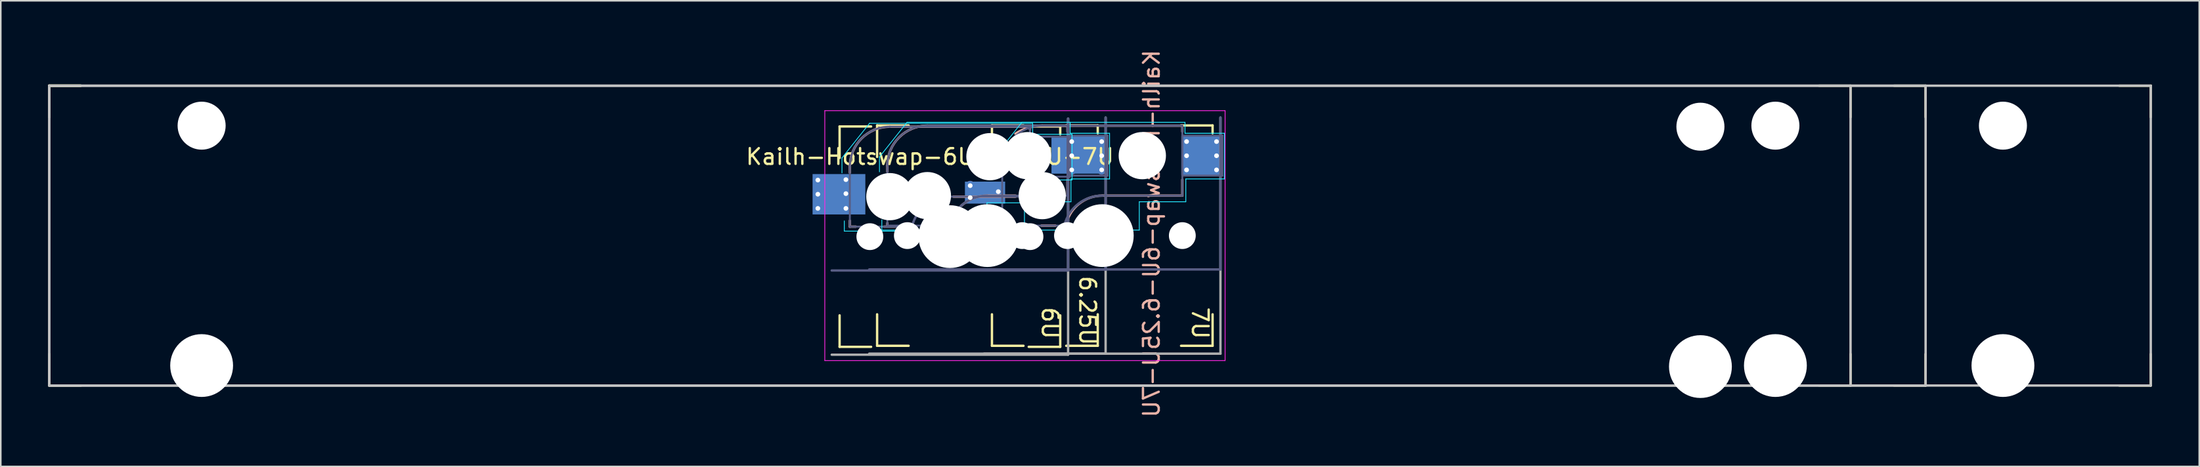
<source format=kicad_pcb>
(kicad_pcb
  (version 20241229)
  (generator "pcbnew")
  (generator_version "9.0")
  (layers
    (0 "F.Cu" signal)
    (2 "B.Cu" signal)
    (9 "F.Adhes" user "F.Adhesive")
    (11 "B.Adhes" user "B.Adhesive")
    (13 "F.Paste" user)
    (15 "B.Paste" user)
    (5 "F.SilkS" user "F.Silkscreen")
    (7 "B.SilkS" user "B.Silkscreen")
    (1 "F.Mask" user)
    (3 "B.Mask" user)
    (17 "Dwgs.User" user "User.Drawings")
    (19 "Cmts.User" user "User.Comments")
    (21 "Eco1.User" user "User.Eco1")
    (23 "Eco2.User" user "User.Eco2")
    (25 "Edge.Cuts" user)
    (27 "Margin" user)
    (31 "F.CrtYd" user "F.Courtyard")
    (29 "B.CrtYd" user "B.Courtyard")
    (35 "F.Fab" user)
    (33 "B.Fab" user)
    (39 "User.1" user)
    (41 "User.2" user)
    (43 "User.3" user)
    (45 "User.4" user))
  (footprint "Kailh-Hotswap-6U-6.25U-7U"
    (layer "F.Cu")
    (at 59.606 11.919)
    (property "Reference" "Kailh-Hotswap-6U-6.25U-7U" (at 10.414 -0.127 90) (unlocked yes) (layer "B.SilkS") (effects (font (size 1 1) (thickness 0.15)) (justify mirror)))
    (attr through_hole)
    (fp_line (start -59.531 -9.525) (end -57.531 -9.525) (stroke (width 0.15) (type solid)) (layer "F.SilkS"))
    (fp_line (start -59.531 -9.525) (end -57.531 -9.525) (stroke (width 0.15) (type solid)) (layer "F.SilkS"))
    (fp_line (start -59.531 -9.525) (end -57.531 -9.525) (stroke (width 0.15) (type solid)) (layer "F.SilkS"))
    (fp_line (start -59.531 -7.525) (end -59.531 -9.525) (stroke (width 0.15) (type solid)) (layer "F.SilkS"))
    (fp_line (start -59.531 -7.525) (end -59.531 -9.525) (stroke (width 0.15) (type solid)) (layer "F.SilkS"))
    (fp_line (start -59.531 -7.525) (end -59.531 -9.525) (stroke (width 0.15) (type solid)) (layer "F.SilkS"))
    (fp_line (start -59.531 9.525) (end -59.531 7.525) (stroke (width 0.15) (type solid)) (layer "F.SilkS"))
    (fp_line (start -59.531 9.525) (end -59.531 7.525) (stroke (width 0.15) (type solid)) (layer "F.SilkS"))
    (fp_line (start -59.531 9.525) (end -59.531 7.525) (stroke (width 0.15) (type solid)) (layer "F.SilkS"))
    (fp_line (start -57.531 9.525) (end -59.531 9.525) (stroke (width 0.15) (type solid)) (layer "F.SilkS"))
    (fp_line (start -57.531 9.525) (end -59.531 9.525) (stroke (width 0.15) (type solid)) (layer "F.SilkS"))
    (fp_line (start -57.531 9.525) (end -59.531 9.525) (stroke (width 0.15) (type solid)) (layer "F.SilkS"))
    (fp_line (start -9.38 -6.934) (end -7.38 -6.934) (stroke (width 0.15) (type solid)) (layer "F.SilkS"))
    (fp_line (start -9.38 -4.934) (end -9.38 -6.934) (stroke (width 0.15) (type solid)) (layer "F.SilkS"))
    (fp_line (start -9.38 7.066) (end -9.38 5.066) (stroke (width 0.15) (type solid)) (layer "F.SilkS"))
    (fp_line (start -7.38 7.066) (end -9.38 7.066) (stroke (width 0.15) (type solid)) (layer "F.SilkS"))
    (fp_line (start -7 -7) (end -5 -7) (stroke (width 0.15) (type solid)) (layer "F.SilkS"))
    (fp_line (start -7 -5) (end -7 -7) (stroke (width 0.15) (type solid)) (layer "F.SilkS"))
    (fp_line (start -7 7) (end -7 5) (stroke (width 0.15) (type solid)) (layer "F.SilkS"))
    (fp_line (start -5 7) (end -7 7) (stroke (width 0.15) (type solid)) (layer "F.SilkS"))
    (fp_line (start 0.287 -7) (end 2.288 -7) (stroke (width 0.15) (type solid)) (layer "F.SilkS"))
    (fp_line (start 0.287 -5) (end 0.287 -7) (stroke (width 0.15) (type solid)) (layer "F.SilkS"))
    (fp_line (start 0.287 7) (end 0.287 5) (stroke (width 0.15) (type solid)) (layer "F.SilkS"))
    (fp_line (start 2.288 7) (end 0.287 7) (stroke (width 0.15) (type solid)) (layer "F.SilkS"))
    (fp_line (start 2.62 -6.934) (end 4.62 -6.934) (stroke (width 0.15) (type solid)) (layer "F.SilkS"))
    (fp_line (start 2.62 7.066) (end 4.62 7.066) (stroke (width 0.15) (type solid)) (layer "F.SilkS"))
    (fp_line (start 4.62 -6.934) (end 4.62 -6.434) (stroke (width 0.15) (type solid)) (layer "F.SilkS"))
    (fp_line (start 4.62 7.066) (end 4.62 5.066) (stroke (width 0.15) (type solid)) (layer "F.SilkS"))
    (fp_line (start 5 -7) (end 7 -7) (stroke (width 0.15) (type solid)) (layer "F.SilkS"))
    (fp_line (start 5 7) (end 7 7) (stroke (width 0.15) (type solid)) (layer "F.SilkS"))
    (fp_line (start 7 -7) (end 7 -6.5) (stroke (width 0.15) (type solid)) (layer "F.SilkS"))
    (fp_line (start 7 7) (end 7 5) (stroke (width 0.15) (type solid)) (layer "F.SilkS"))
    (fp_line (start 12.287 -7) (end 14.287 -7) (stroke (width 0.15) (type solid)) (layer "F.SilkS"))
    (fp_line (start 12.287 7) (end 14.287 7) (stroke (width 0.15) (type solid)) (layer "F.SilkS"))
    (fp_line (start 14.287 -7) (end 14.287 -6.5) (stroke (width 0.15) (type solid)) (layer "F.SilkS"))
    (fp_line (start 14.287 7) (end 14.287 5) (stroke (width 0.15) (type solid)) (layer "F.SilkS"))
    (fp_line (start 52.769 -9.525) (end 54.769 -9.525) (stroke (width 0.15) (type solid)) (layer "F.SilkS"))
    (fp_line (start 54.769 -9.525) (end 54.769 -7.525) (stroke (width 0.15) (type solid)) (layer "F.SilkS"))
    (fp_line (start 54.769 7.525) (end 54.769 9.525) (stroke (width 0.15) (type solid)) (layer "F.SilkS"))
    (fp_line (start 54.769 9.525) (end 52.769 9.525) (stroke (width 0.15) (type solid)) (layer "F.SilkS"))
    (fp_line (start 57.531 -9.525) (end 59.531 -9.525) (stroke (width 0.15) (type solid)) (layer "F.SilkS"))
    (fp_line (start 59.531 -9.525) (end 59.531 -7.525) (stroke (width 0.15) (type solid)) (layer "F.SilkS"))
    (fp_line (start 59.531 7.525) (end 59.531 9.525) (stroke (width 0.15) (type solid)) (layer "F.SilkS"))
    (fp_line (start 59.531 9.525) (end 57.531 9.525) (stroke (width 0.15) (type solid)) (layer "F.SilkS"))
    (fp_line (start 71.819 -9.525) (end 73.819 -9.525) (stroke (width 0.15) (type solid)) (layer "F.SilkS"))
    (fp_line (start 73.819 -9.525) (end 73.819 -7.525) (stroke (width 0.15) (type solid)) (layer "F.SilkS"))
    (fp_line (start 73.819 7.525) (end 73.819 9.525) (stroke (width 0.15) (type solid)) (layer "F.SilkS"))
    (fp_line (start 73.819 9.525) (end 71.819 9.525) (stroke (width 0.15) (type solid)) (layer "F.SilkS"))
    (fp_line (start -8.73 -4.379) (end -8.73 -3.998) (stroke (width 0.15) (type solid)) (layer "B.SilkS"))
    (fp_line (start -8.73 -0.95) (end -8.73 -0.569) (stroke (width 0.15) (type solid)) (layer "B.SilkS"))
    (fp_line (start -8.73 -0.569) (end -8.349 -0.569) (stroke (width 0.15) (type solid)) (layer "B.SilkS"))
    (fp_line (start -6.571 -0.569) (end -5.842 -0.569) (stroke (width 0.15) (type solid)) (layer "B.SilkS"))
    (fp_line (start -6.35 -4.445) (end -6.35 -4.064) (stroke (width 0.15) (type solid)) (layer "B.SilkS"))
    (fp_line (start -6.35 -0.794) (end -6.35 -0.635) (stroke (width 0.15) (type solid)) (layer "B.SilkS"))
    (fp_line (start -2.159 -2.474) (end 1.778 -2.474) (stroke (width 0.15) (type solid)) (layer "B.SilkS"))
    (fp_line (start 0 -2.54) (end 1.778 -2.54) (stroke (width 0.15) (type solid)) (layer "B.SilkS"))
    (fp_line (start 0.938 -4.445) (end 0.938 -4.064) (stroke (width 0.15) (type solid)) (layer "B.SilkS"))
    (fp_line (start 0.938 -1.016) (end 0.938 -0.635) (stroke (width 0.15) (type solid)) (layer "B.SilkS"))
    (fp_line (start 0.938 -0.635) (end 1.319 -0.635) (stroke (width 0.15) (type solid)) (layer "B.SilkS"))
    (fp_line (start 2.7 -6.919) (end -6.19 -6.919) (stroke (width 0.15) (type solid)) (layer "B.SilkS"))
    (fp_line (start 2.7 -6.731) (end 2.7 -6.919) (stroke (width 0.15) (type solid)) (layer "B.SilkS"))
    (fp_line (start 2.7 -2.474) (end 2.7 -3.49) (stroke (width 0.15) (type solid)) (layer "B.SilkS"))
    (fp_line (start 3.429 -0.635) (end 4.318 -0.635) (stroke (width 0.15) (type solid)) (layer "B.SilkS"))
    (fp_line (start 5.08 -6.985) (end -3.81 -6.985) (stroke (width 0.15) (type solid)) (layer "B.SilkS"))
    (fp_line (start 5.08 -6.604) (end 5.08 -6.985) (stroke (width 0.15) (type solid)) (layer "B.SilkS"))
    (fp_line (start 5.08 -2.54) (end 5.08 -3.556) (stroke (width 0.15) (type solid)) (layer "B.SilkS"))
    (fp_line (start 7.287 -2.54) (end 12.367 -2.54) (stroke (width 0.15) (type solid)) (layer "B.SilkS"))
    (fp_line (start 12.367 -6.985) (end 3.478 -6.985) (stroke (width 0.15) (type solid)) (layer "B.SilkS"))
    (fp_line (start 12.367 -6.604) (end 12.367 -6.985) (stroke (width 0.15) (type solid)) (layer "B.SilkS"))
    (fp_line (start 12.367 -2.54) (end 12.367 -3.556) (stroke (width 0.15) (type solid)) (layer "B.SilkS"))
    (fp_arc (start -8.729685 -4.378861) (mid -7.985735 -6.174911) (end -6.189685 -6.918861) (stroke (width 0.15) (type solid)) (layer "B.SilkS"))
    (fp_arc (start -6.35 -4.445) (mid -5.606041 -6.241041) (end -3.81 -6.985) (stroke (width 0.15) (type solid)) (layer "B.SilkS"))
    (fp_arc (start -1.651 -1.905) (mid -0.883721 -2.376056) (end 0.001565 -2.54) (stroke (width 0.15) (type solid)) (layer "B.SilkS"))
    (fp_arc (start 1.778 -6.477) (mid 2.5906 -6.855286) (end 3.4775 -6.985) (stroke (width 0.15) (type solid)) (layer "B.SilkS"))
    (fp_arc (start 5.08 -1.016) (mid 5.946922 -2.12242) (end 7.289065 -2.54) (stroke (width 0.15) (type solid)) (layer "B.SilkS"))
    (fp_line (start -59.531 -9.525) (end -59.531 9.525) (stroke (width 0.12) (type solid)) (layer "Dwgs.User"))
    (fp_line (start -59.531 -9.525) (end 59.531 -9.525) (stroke (width 0.15) (type solid)) (layer "Dwgs.User"))
    (fp_line (start -59.531 -9.525) (end 73.819 -9.525) (stroke (width 0.15) (type solid)) (layer "Dwgs.User"))
    (fp_line (start -59.531 9.525) (end -59.531 -9.525) (stroke (width 0.12) (type solid)) (layer "Dwgs.User"))
    (fp_line (start -59.531 9.525) (end -59.531 -9.525) (stroke (width 0.15) (type solid)) (layer "Dwgs.User"))
    (fp_line (start -59.531 9.525) (end 54.769 9.525) (stroke (width 0.12) (type solid)) (layer "Dwgs.User"))
    (fp_line (start -59.531 9.525) (end 59.531 9.525) (stroke (width 0.15) (type solid)) (layer "Dwgs.User"))
    (fp_line (start 54.769 -9.525) (end -59.531 -9.525) (stroke (width 0.12) (type solid)) (layer "Dwgs.User"))
    (fp_line (start 54.769 9.525) (end 54.769 -9.525) (stroke (width 0.15) (type solid)) (layer "Dwgs.User"))
    (fp_line (start 59.531 -9.525) (end 59.531 9.525) (stroke (width 0.15) (type solid)) (layer "Dwgs.User"))
    (fp_line (start 73.819 -9.525) (end 73.819 9.525) (stroke (width 0.15) (type solid)) (layer "Dwgs.User"))
    (fp_line (start 73.819 9.525) (end -59.531 9.525) (stroke (width 0.15) (type solid)) (layer "Dwgs.User"))
    (fp_line (start -9.23 -3.984) (end -9.23 -4.934) (stroke (width 0.05) (type solid)) (layer "B.CrtYd"))
    (fp_line (start -9.08 -0.284) (end -9.08 -0.934) (stroke (width 0.05) (type solid)) (layer "B.CrtYd"))
    (fp_line (start -9.08 -0.284) (end -0.03 -0.284) (stroke (width 0.05) (type solid)) (layer "B.CrtYd"))
    (fp_line (start -7.48 -7.134) (end -9.23 -4.934) (stroke (width 0.05) (type solid)) (layer "B.CrtYd"))
    (fp_line (start -7.48 -7.134) (end 2.87 -7.134) (stroke (width 0.05) (type solid)) (layer "B.CrtYd"))
    (fp_line (start -6.85 -4.05) (end -6.85 -5) (stroke (width 0.05) (type solid)) (layer "B.CrtYd"))
    (fp_line (start -6.7 -0.35) (end -6.7 -1) (stroke (width 0.05) (type solid)) (layer "B.CrtYd"))
    (fp_line (start -6.7 -0.35) (end 2.35 -0.35) (stroke (width 0.05) (type solid)) (layer "B.CrtYd"))
    (fp_line (start -5.1 -7.2) (end -6.85 -5) (stroke (width 0.05) (type solid)) (layer "B.CrtYd"))
    (fp_line (start -5.1 -7.2) (end 5.25 -7.2) (stroke (width 0.05) (type solid)) (layer "B.CrtYd"))
    (fp_line (start -0.03 -2.084) (end -0.03 -0.284) (stroke (width 0.05) (type solid)) (layer "B.CrtYd"))
    (fp_line (start -0.03 -2.084) (end 2.92 -2.084) (stroke (width 0.05) (type solid)) (layer "B.CrtYd"))
    (fp_line (start 0.438 -4.05) (end 0.438 -5) (stroke (width 0.05) (type solid)) (layer "B.CrtYd"))
    (fp_line (start 0.588 -0.35) (end 0.588 -1) (stroke (width 0.05) (type solid)) (layer "B.CrtYd"))
    (fp_line (start 0.588 -0.35) (end 9.637 -0.35) (stroke (width 0.05) (type solid)) (layer "B.CrtYd"))
    (fp_line (start 2.188 -7.2) (end 0.438 -5) (stroke (width 0.05) (type solid)) (layer "B.CrtYd"))
    (fp_line (start 2.188 -7.2) (end 12.537 -7.2) (stroke (width 0.05) (type solid)) (layer "B.CrtYd"))
    (fp_line (start 2.35 -2.15) (end 2.35 -0.35) (stroke (width 0.05) (type solid)) (layer "B.CrtYd"))
    (fp_line (start 2.35 -2.15) (end 5.3 -2.15) (stroke (width 0.05) (type solid)) (layer "B.CrtYd"))
    (fp_line (start 2.87 -7.134) (end 2.87 -6.434) (stroke (width 0.05) (type solid)) (layer "B.CrtYd"))
    (fp_line (start 2.92 -2.084) (end 2.92 -3.534) (stroke (width 0.05) (type solid)) (layer "B.CrtYd"))
    (fp_line (start 5.25 -7.2) (end 5.25 -6.5) (stroke (width 0.05) (type solid)) (layer "B.CrtYd"))
    (fp_line (start 5.3 -2.15) (end 5.3 -3.6) (stroke (width 0.05) (type solid)) (layer "B.CrtYd"))
    (fp_line (start 5.37 -6.434) (end 2.87 -6.434) (stroke (width 0.05) (type solid)) (layer "B.CrtYd"))
    (fp_line (start 5.37 -6.434) (end 5.37 -3.534) (stroke (width 0.05) (type solid)) (layer "B.CrtYd"))
    (fp_line (start 5.37 -3.534) (end 2.92 -3.534) (stroke (width 0.05) (type solid)) (layer "B.CrtYd"))
    (fp_line (start 7.75 -6.5) (end 5.25 -6.5) (stroke (width 0.05) (type solid)) (layer "B.CrtYd"))
    (fp_line (start 7.75 -6.5) (end 7.75 -3.6) (stroke (width 0.05) (type solid)) (layer "B.CrtYd"))
    (fp_line (start 7.75 -3.6) (end 5.3 -3.6) (stroke (width 0.05) (type solid)) (layer "B.CrtYd"))
    (fp_line (start 9.637 -2.15) (end 9.637 -0.35) (stroke (width 0.05) (type solid)) (layer "B.CrtYd"))
    (fp_line (start 9.637 -2.15) (end 12.588 -2.15) (stroke (width 0.05) (type solid)) (layer "B.CrtYd"))
    (fp_line (start 12.537 -7.2) (end 12.537 -6.5) (stroke (width 0.05) (type solid)) (layer "B.CrtYd"))
    (fp_line (start 12.588 -2.15) (end 12.588 -3.6) (stroke (width 0.05) (type solid)) (layer "B.CrtYd"))
    (fp_line (start 15.037 -6.5) (end 12.537 -6.5) (stroke (width 0.05) (type solid)) (layer "B.CrtYd"))
    (fp_line (start 15.037 -6.5) (end 15.037 -3.6) (stroke (width 0.05) (type solid)) (layer "B.CrtYd"))
    (fp_line (start 15.037 -3.6) (end 12.588 -3.6) (stroke (width 0.05) (type solid)) (layer "B.CrtYd"))
    (fp_line (start -10.319 -7.938) (end 15.081 -7.938) (stroke (width 0.05) (type solid)) (layer "F.CrtYd"))
    (fp_line (start -10.319 7.938) (end -10.319 -7.938) (stroke (width 0.05) (type solid)) (layer "F.CrtYd"))
    (fp_line (start -10.319 7.938) (end 15.081 7.938) (stroke (width 0.05) (type solid)) (layer "F.CrtYd"))
    (fp_line (start 15.081 -7.938) (end 15.081 7.938) (stroke (width 0.05) (type solid)) (layer "F.CrtYd"))
    (fp_line (start -9.88 2.216) (end 5.12 2.216) (stroke (width 0.15) (type solid)) (layer "B.Fab"))
    (fp_line (start -8.73 -0.569) (end -8.73 -4.379) (stroke (width 0.12) (type solid)) (layer "B.Fab"))
    (fp_line (start -7.5 2.15) (end 7.5 2.15) (stroke (width 0.15) (type solid)) (layer "B.Fab"))
    (fp_line (start -6.35 -0.635) (end -6.35 -4.445) (stroke (width 0.12) (type solid)) (layer "B.Fab"))
    (fp_line (start -6.19 -6.919) (end 2.7 -6.919) (stroke (width 0.12) (type solid)) (layer "B.Fab"))
    (fp_line (start -4.92 -0.569) (end -8.73 -0.569) (stroke (width 0.12) (type solid)) (layer "B.Fab"))
    (fp_line (start -3.81 -6.985) (end 5.08 -6.985) (stroke (width 0.12) (type solid)) (layer "B.Fab"))
    (fp_line (start -2.54 -0.635) (end -6.35 -0.635) (stroke (width 0.12) (type solid)) (layer "B.Fab"))
    (fp_line (start -0.212 2.15) (end 14.787 2.15) (stroke (width 0.15) (type solid)) (layer "B.Fab"))
    (fp_line (start 0.938 -0.635) (end 0.938 -4.445) (stroke (width 0.12) (type solid)) (layer "B.Fab"))
    (fp_line (start 2.7 -6.919) (end 2.7 -2.474) (stroke (width 0.12) (type solid)) (layer "B.Fab"))
    (fp_line (start 2.7 -6.284) (end 5.24 -6.284) (stroke (width 0.12) (type solid)) (layer "B.Fab"))
    (fp_line (start 2.7 -2.474) (end -2.38 -2.474) (stroke (width 0.12) (type solid)) (layer "B.Fab"))
    (fp_line (start 3.478 -6.985) (end 12.367 -6.985) (stroke (width 0.12) (type solid)) (layer "B.Fab"))
    (fp_line (start 4.747 -0.635) (end 0.938 -0.635) (stroke (width 0.12) (type solid)) (layer "B.Fab"))
    (fp_line (start 5.08 -6.985) (end 5.08 -2.54) (stroke (width 0.12) (type solid)) (layer "B.Fab"))
    (fp_line (start 5.08 -6.35) (end 7.62 -6.35) (stroke (width 0.12) (type solid)) (layer "B.Fab"))
    (fp_line (start 5.08 -2.54) (end 0 -2.54) (stroke (width 0.12) (type solid)) (layer "B.Fab"))
    (fp_line (start 5.12 2.216) (end 5.12 -7.434) (stroke (width 0.15) (type solid)) (layer "B.Fab"))
    (fp_line (start 5.24 -6.284) (end 5.24 -3.744) (stroke (width 0.12) (type solid)) (layer "B.Fab"))
    (fp_line (start 5.24 -3.744) (end 2.7 -3.744) (stroke (width 0.12) (type solid)) (layer "B.Fab"))
    (fp_line (start 7.5 2.15) (end 7.5 -7.5) (stroke (width 0.15) (type solid)) (layer "B.Fab"))
    (fp_line (start 7.62 -6.35) (end 7.62 -3.81) (stroke (width 0.12) (type solid)) (layer "B.Fab"))
    (fp_line (start 7.62 -3.81) (end 5.08 -3.81) (stroke (width 0.12) (type solid)) (layer "B.Fab"))
    (fp_line (start 12.367 -6.985) (end 12.367 -2.54) (stroke (width 0.12) (type solid)) (layer "B.Fab"))
    (fp_line (start 12.367 -6.35) (end 14.908 -6.35) (stroke (width 0.12) (type solid)) (layer "B.Fab"))
    (fp_line (start 12.367 -2.54) (end 7.287 -2.54) (stroke (width 0.12) (type solid)) (layer "B.Fab"))
    (fp_line (start 14.787 2.15) (end 14.787 -7.5) (stroke (width 0.15) (type solid)) (layer "B.Fab"))
    (fp_line (start 14.908 -6.35) (end 14.908 -3.81) (stroke (width 0.12) (type solid)) (layer "B.Fab"))
    (fp_line (start 14.908 -3.81) (end 12.367 -3.81) (stroke (width 0.12) (type solid)) (layer "B.Fab"))
    (fp_arc (start -8.729685 -4.378861) (mid -7.985735 -6.174911) (end -6.189685 -6.918861) (stroke (width 0.12) (type solid)) (layer "B.Fab"))
    (fp_arc (start -6.35 -4.445) (mid -5.606041 -6.241041) (end -3.81 -6.985) (stroke (width 0.12) (type solid)) (layer "B.Fab"))
    (fp_arc (start -4.781248 -0.599998) (mid -3.903078 -1.950392) (end -2.379685 -2.473861) (stroke (width 0.15) (type solid)) (layer "B.Fab"))
    (fp_arc (start -2.401563 -0.666137) (mid -1.523383 -2.016518) (end 0 -2.54) (stroke (width 0.15) (type solid)) (layer "B.Fab"))
    (fp_arc (start 0.9375 -4.445) (mid 1.681448 -6.241052) (end 3.4775 -6.985) (stroke (width 0.12) (type solid)) (layer "B.Fab"))
    (fp_arc (start 4.885937 -0.666137) (mid 5.764107 -2.016531) (end 7.2875 -2.54) (stroke (width 0.15) (type solid)) (layer "B.Fab"))
    (fp_line (start -9.88 7.566) (end 5.12 7.566) (stroke (width 0.15) (type solid)) (layer "F.Fab"))
    (fp_line (start -7.5 7.5) (end 7.5 7.5) (stroke (width 0.15) (type solid)) (layer "F.Fab"))
    (fp_line (start -0.212 7.5) (end 14.787 7.5) (stroke (width 0.15) (type solid)) (layer "F.Fab"))
    (fp_line (start 5.12 7.566) (end 5.12 -7.434) (stroke (width 0.15) (type solid)) (layer "F.Fab"))
    (fp_line (start 7.5 7.5) (end 7.5 -7.5) (stroke (width 0.15) (type solid)) (layer "F.Fab"))
    (fp_line (start 14.787 7.5) (end 14.787 -7.5) (stroke (width 0.15) (type solid)) (layer "F.Fab"))
    (fp_text user "6U" (at 3.969 5.556 270) (unlocked yes) (layer "F.SilkS") (effects (font (size 1 1) (thickness 0.15))))
    (fp_text user "7U" (at 13.494 5.556 270) (unlocked yes) (layer "F.SilkS") (effects (font (size 1 1) (thickness 0.15))))
    (fp_text user "6.25U" (at 6.35 4.763 270) (unlocked yes) (layer "F.SilkS") (effects (font (size 1 1) (thickness 0.15))))
    (fp_text user "${REFERENCE}" (at -3.65 -5.014 180) (layer "F.SilkS") (effects (font (size 1 1) (thickness 0.15))))
    (pad "" np_thru_hole circle (at -49.862 -6.985) (size 3.048 3.048) (drill 3.048) (layers "*.Cu" "*.Mask"))
    (pad "" np_thru_hole circle (at -49.862 8.255) (size 3.988 3.988) (drill 3.988) (layers "*.Cu" "*.Mask"))
    (pad "" np_thru_hole circle (at -7.46 0.066 180) (size 1.702 1.702) (drill 1.702) (layers "*.Cu" "*.Mask"))
    (pad "" np_thru_hole circle (at -6.19 -2.474 180) (size 3 3) (drill 3) (layers "*.Cu" "*.Mask"))
    (pad "" np_thru_hole circle (at -5.08 0 180) (size 1.702 1.702) (drill 1.702) (layers "*.Cu" "*.Mask"))
    (pad "" np_thru_hole circle (at -3.81 -2.54 180) (size 3 3) (drill 3) (layers "*.Cu" "*.Mask"))
    (pad "" np_thru_hole circle (at -2.38 0.066 90) (size 3.988 3.988) (drill 3.988) (layers "*.Cu" "*.Mask"))
    (pad "" np_thru_hole circle (at 0 0 90) (size 3.988 3.988) (drill 3.988) (layers "*.Cu" "*.Mask"))
    (pad "" np_thru_hole circle (at 0.16 -5.014 180) (size 3 3) (drill 3) (layers "*.Cu" "*.Mask"))
    (pad "" np_thru_hole circle (at 2.208 0 180) (size 1.702 1.702) (drill 1.702) (layers "*.Cu" "*.Mask"))
    (pad "" np_thru_hole circle (at 2.54 -5.08 180) (size 3 3) (drill 3) (layers "*.Cu" "*.Mask"))
    (pad "" np_thru_hole circle (at 2.7 0.066 180) (size 1.702 1.702) (drill 1.702) (layers "*.Cu" "*.Mask"))
    (pad "" np_thru_hole circle (at 3.478 -2.54 180) (size 3 3) (drill 3) (layers "*.Cu" "*.Mask"))
    (pad "" np_thru_hole circle (at 5.08 0 180) (size 1.702 1.702) (drill 1.702) (layers "*.Cu" "*.Mask"))
    (pad "" np_thru_hole circle (at 7.287 0) (size 3.988 3.988) (drill 3.988) (layers "*.Cu" "*.Mask"))
    (pad "" np_thru_hole circle (at 9.828 -5.08 180) (size 3 3) (drill 3) (layers "*.Cu" "*.Mask"))
    (pad "" np_thru_hole circle (at 12.367 0 180) (size 1.702 1.702) (drill 1.702) (layers "*.Cu" "*.Mask"))
    (pad "" np_thru_hole circle (at 45.242 -6.919) (size 3.048 3.048) (drill 3.048) (layers "*.Cu" "*.Mask"))
    (pad "" np_thru_hole circle (at 45.242 8.321) (size 3.988 3.988) (drill 3.988) (layers "*.Cu" "*.Mask"))
    (pad "" np_thru_hole circle (at 50 -6.985) (size 3.048 3.048) (drill 3.048) (layers "*.Cu" "*.Mask"))
    (pad "" np_thru_hole circle (at 50 8.255) (size 3.988 3.988) (drill 3.988) (layers "*.Cu" "*.Mask"))
    (pad "" np_thru_hole circle (at 64.438 -6.985) (size 3.048 3.048) (drill 3.048) (layers "*.Cu" "*.Mask"))
    (pad "" np_thru_hole circle (at 64.438 8.255) (size 3.988 3.988) (drill 3.988) (layers "*.Cu" "*.Mask"))
    (pad "1" thru_hole circle (at 5.35 -5.975 180) (size 0.6 0.6) (drill 0.3) (layers "*.Cu" "B.Mask"))
    (pad "1" thru_hole circle (at 5.35 -5.075 180) (size 0.6 0.6) (drill 0.3) (layers "*.Cu" "B.Mask"))
    (pad "1" thru_hole circle (at 5.35 -4.175 180) (size 0.6 0.6) (drill 0.3) (layers "*.Cu" "B.Mask"))
    (pad "1" smd rect (at 5.814 -5.133 180) (size 3.501 2.393) (layers "B.Cu" "B.Mask" "B.Paste"))
    (pad "1" thru_hole circle (at 7.25 -5.975 180) (size 0.6 0.6) (drill 0.3) (layers "*.Cu" "B.Mask"))
    (pad "1" thru_hole circle (at 7.25 -5.075 180) (size 0.6 0.6) (drill 0.3) (layers "*.Cu" "B.Mask"))
    (pad "1" thru_hole circle (at 7.25 -4.175 180) (size 0.6 0.6) (drill 0.3) (layers "*.Cu" "B.Mask"))
    (pad "1" thru_hole circle (at 12.637 -5.975 180) (size 0.6 0.6) (drill 0.3) (layers "*.Cu" "B.Mask"))
    (pad "1" thru_hole circle (at 12.637 -5.075 180) (size 0.6 0.6) (drill 0.3) (layers "*.Cu" "B.Mask"))
    (pad "1" thru_hole circle (at 12.637 -4.175 180) (size 0.6 0.6) (drill 0.3) (layers "*.Cu" "B.Mask"))
    (pad "1" smd rect (at 13.578 -5.08 180) (size 2.55 2.5) (layers "B.Cu" "B.Mask" "B.Paste"))
    (pad "1" thru_hole circle (at 14.537 -5.975 180) (size 0.6 0.6) (drill 0.3) (layers "*.Cu" "B.Mask"))
    (pad "1" thru_hole circle (at 14.537 -5.075 180) (size 0.6 0.6) (drill 0.3) (layers "*.Cu" "B.Mask"))
    (pad "1" thru_hole circle (at 14.537 -4.175 180) (size 0.6 0.6) (drill 0.3) (layers "*.Cu" "B.Mask"))
    (pad "2" thru_hole circle (at -10.76 -3.529 180) (size 0.6 0.6) (drill 0.3) (layers "*.Cu" "B.Mask"))
    (pad "2" thru_hole circle (at -10.76 -2.629 180) (size 0.6 0.6) (drill 0.3) (layers "*.Cu" "B.Mask"))
    (pad "2" thru_hole circle (at -10.76 -1.729 180) (size 0.6 0.6) (drill 0.3) (layers "*.Cu" "B.Mask"))
    (pad "2" smd rect (at -9.421 -2.627 180) (size 3.348 2.566) (layers "B.Cu" "B.Mask" "B.Paste"))
    (pad "2" thru_hole circle (at -8.98 -3.556 180) (size 0.6 0.6) (drill 0.3) (layers "*.Cu" "B.Mask"))
    (pad "2" thru_hole circle (at -8.98 -2.667 180) (size 0.6 0.6) (drill 0.3) (layers "*.Cu" "B.Mask"))
    (pad "2" thru_hole circle (at -8.98 -1.729 180) (size 0.6 0.6) (drill 0.3) (layers "*.Cu" "B.Mask"))
    (pad "2" thru_hole circle (at -1.093 -3.175 180) (size 0.6 0.6) (drill 0.3) (layers "*.Cu" "B.Mask"))
    (pad "2" thru_hole circle (at -1.093 -2.413 180) (size 0.6 0.6) (drill 0.3) (layers "*.Cu" "B.Mask"))
    (pad "2" smd rect (at -0.152 -2.731 180) (size 2.55 1.397) (layers "B.Cu" "B.Mask" "B.Paste"))
    (pad "2" thru_hole circle (at 0.688 -2.794 180) (size 0.6 0.6) (drill 0.3) (layers "*.Cu" "B.Mask")))
  (gr_rect
    (start -3 -3)
    (end 136.5 26.583)
    (stroke (width 0.1) (type default))
    (fill no)
    (layer "Edge.Cuts")))
</source>
